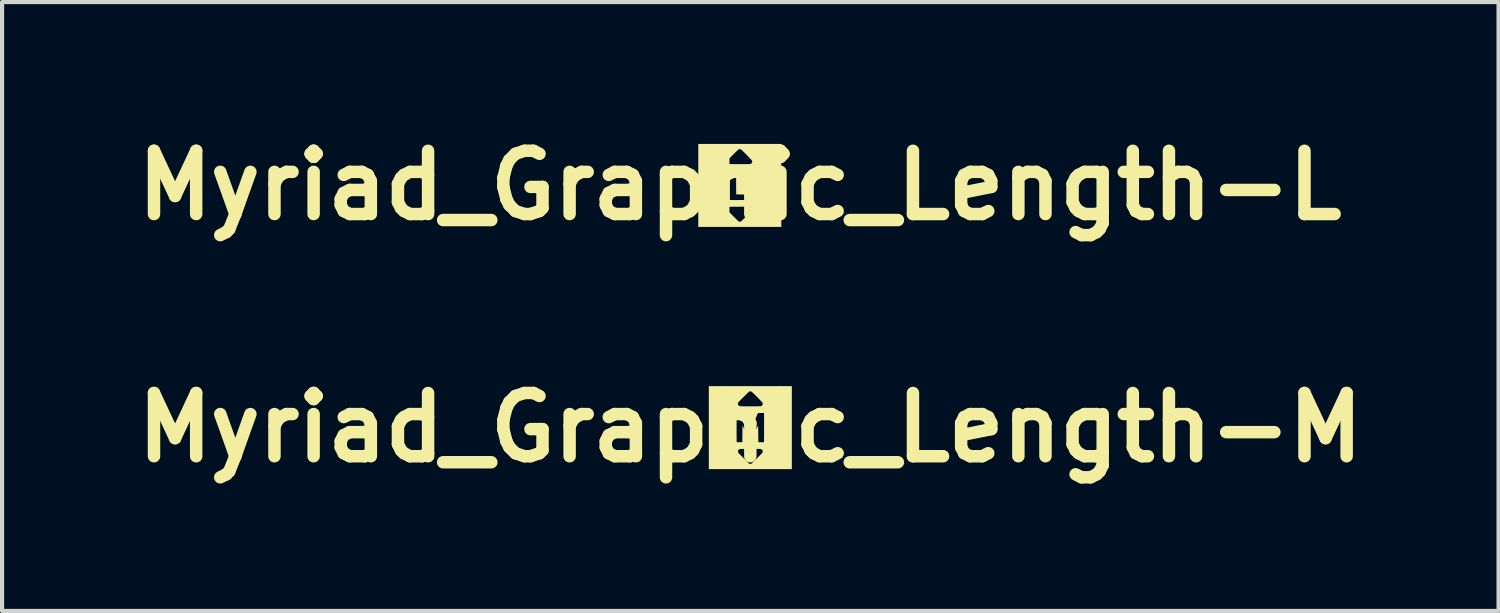
<source format=kicad_pcb>
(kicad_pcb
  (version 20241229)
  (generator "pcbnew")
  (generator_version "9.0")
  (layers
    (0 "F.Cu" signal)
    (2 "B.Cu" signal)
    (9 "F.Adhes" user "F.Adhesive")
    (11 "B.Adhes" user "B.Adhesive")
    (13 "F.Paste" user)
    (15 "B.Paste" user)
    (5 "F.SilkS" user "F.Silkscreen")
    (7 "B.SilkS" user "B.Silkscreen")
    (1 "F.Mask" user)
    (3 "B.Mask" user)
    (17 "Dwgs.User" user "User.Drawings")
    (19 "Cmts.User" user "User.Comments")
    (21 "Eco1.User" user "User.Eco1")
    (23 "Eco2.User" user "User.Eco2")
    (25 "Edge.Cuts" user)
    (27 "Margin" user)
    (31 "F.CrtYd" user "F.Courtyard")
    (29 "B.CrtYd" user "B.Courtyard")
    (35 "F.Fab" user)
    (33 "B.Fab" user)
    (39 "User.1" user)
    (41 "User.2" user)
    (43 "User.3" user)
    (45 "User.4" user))
  (footprint "Myriad_Graphic_Length-L"
    (layer "F.Cu")
    (at 14.776 1.418)
    (property "Reference" "Myriad_Graphic_Length-L" (at 0 0 0) (layer "F.SilkS") (effects (font (size 1.524 1.524) (thickness 0.3))))
    (attr exclude_from_pos_files exclude_from_bom)
    (fp_poly (pts (xy 1 1) (xy -1 1) (xy -1 0.583) (xy -0.296 0.583) (xy -0.292 0.599) (xy -0.289 0.604) (xy -0.281 0.613) (xy -0.271 0.625) (xy -0.257 0.64) (xy -0.241 0.657) (xy -0.222 0.676) (xy -0.202 0.696) (xy -0.181 0.717) (xy -0.16 0.739) (xy -0.138 0.761) (xy -0.117 0.782) (xy -0.097 0.801) (xy -0.078 0.82) (xy -0.061 0.836) (xy -0.047 0.849) (xy -0.035 0.86) (xy -0.027 0.866) (xy -0.023 0.869) (xy -0.005 0.874) (xy 0.013 0.873) (xy 0.027 0.869) (xy 0.032 0.865) (xy 0.041 0.858) (xy 0.053 0.846) (xy 0.069 0.831) (xy 0.089 0.812) (xy 0.113 0.788) (xy 0.141 0.76) (xy 0.164 0.737) (xy 0.192 0.708) (xy 0.216 0.684) (xy 0.237 0.663) (xy 0.253 0.646) (xy 0.267 0.631) (xy 0.278 0.619) (xy 0.286 0.609) (xy 0.292 0.601) (xy 0.296 0.594) (xy 0.298 0.588) (xy 0.299 0.582) (xy 0.3 0.576) (xy 0.299 0.571) (xy 0.299 0.568) (xy 0.294 0.549) (xy 0.284 0.534) (xy 0.269 0.523) (xy 0.251 0.516) (xy 0.24 0.514) (xy 0.233 0.514) (xy 0.222 0.514) (xy 0.204 0.513) (xy 0.183 0.513) (xy 0.157 0.513) (xy 0.127 0.513) (xy 0.095 0.513) (xy 0.06 0.513) (xy 0.023 0.513) (xy -0.016 0.513) (xy -0.017 0.513) (xy -0.062 0.513) (xy -0.1 0.513) (xy -0.134 0.514) (xy -0.162 0.514) (xy -0.186 0.514) (xy -0.206 0.514) (xy -0.221 0.515) (xy -0.234 0.515) (xy -0.244 0.516) (xy -0.251 0.516) (xy -0.257 0.517) (xy -0.26 0.518) (xy -0.263 0.519) (xy -0.264 0.519) (xy -0.279 0.531) (xy -0.29 0.546) (xy -0.296 0.564) (xy -0.296 0.583) (xy -1 0.583) (xy -1 0.17) (xy -0.24 0.17) (xy -0.24 0.207) (xy -0.24 0.24) (xy -0.24 0.27) (xy -0.24 0.296) (xy -0.24 0.317) (xy -0.24 0.333) (xy -0.239 0.344) (xy -0.239 0.349) (xy -0.239 0.349) (xy -0.238 0.35) (xy -0.234 0.351) (xy -0.227 0.351) (xy -0.217 0.352) (xy -0.203 0.352) (xy -0.186 0.352) (xy -0.164 0.352) (xy -0.137 0.353) (xy -0.106 0.353) (xy -0.069 0.353) (xy -0.026 0.352) (xy 0.001 0.352) (xy 0.239 0.352) (xy 0.239 0.22) (xy 0.077 0.219) (xy 0.045 0.218) (xy 0.016 0.218) (xy -0.011 0.218) (xy -0.034 0.217) (xy -0.054 0.217) (xy -0.07 0.217) (xy -0.081 0.217) (xy -0.086 0.216) (xy -0.087 0.216) (xy -0.087 0.213) (xy -0.087 0.204) (xy -0.087 0.19) (xy -0.087 0.171) (xy -0.087 0.147) (xy -0.088 0.119) (xy -0.088 0.088) (xy -0.088 0.053) (xy -0.088 0.016) (xy -0.088 -0.024) (xy -0.088 -0.065) (xy -0.088 -0.068) (xy -0.089 -0.352) (xy -0.239 -0.352) (xy -0.24 -0.003) (xy -0.24 0.043) (xy -0.24 0.088) (xy -0.24 0.13) (xy -0.24 0.17) (xy -1 0.17) (xy -1 -0.579) (xy -0.3 -0.579) (xy -0.3 -0.573) (xy -0.299 -0.568) (xy -0.294 -0.55) (xy -0.284 -0.535) (xy -0.27 -0.523) (xy -0.252 -0.516) (xy -0.251 -0.515) (xy -0.245 -0.515) (xy -0.234 -0.515) (xy -0.218 -0.514) (xy -0.198 -0.514) (xy -0.173 -0.514) (xy -0.146 -0.513) (xy -0.115 -0.513) (xy -0.083 -0.513) (xy -0.049 -0.513) (xy -0.015 -0.513) (xy 0.02 -0.513) (xy 0.054 -0.513) (xy 0.088 -0.513) (xy 0.12 -0.513) (xy 0.15 -0.513) (xy 0.177 -0.514) (xy 0.2 -0.514) (xy 0.22 -0.514) (xy 0.235 -0.515) (xy 0.245 -0.515) (xy 0.249 -0.515) (xy 0.267 -0.522) (xy 0.282 -0.532) (xy 0.292 -0.546) (xy 0.298 -0.562) (xy 0.299 -0.58) (xy 0.294 -0.598) (xy 0.291 -0.603) (xy 0.283 -0.612) (xy 0.272 -0.625) (xy 0.258 -0.64) (xy 0.241 -0.658) (xy 0.223 -0.678) (xy 0.203 -0.698) (xy 0.182 -0.72) (xy 0.16 -0.742) (xy 0.138 -0.764) (xy 0.117 -0.785) (xy 0.097 -0.804) (xy 0.079 -0.822) (xy 0.062 -0.838) (xy 0.048 -0.851) (xy 0.037 -0.861) (xy 0.029 -0.867) (xy 0.027 -0.869) (xy 0.009 -0.874) (xy -0.01 -0.874) (xy -0.027 -0.869) (xy -0.032 -0.865) (xy -0.042 -0.857) (xy -0.056 -0.844) (xy -0.074 -0.827) (xy -0.096 -0.805) (xy -0.123 -0.779) (xy -0.154 -0.748) (xy -0.166 -0.736) (xy -0.194 -0.707) (xy -0.218 -0.683) (xy -0.238 -0.663) (xy -0.254 -0.646) (xy -0.268 -0.632) (xy -0.278 -0.62) (xy -0.286 -0.61) (xy -0.292 -0.602) (xy -0.296 -0.595) (xy -0.299 -0.589) (xy -0.3 -0.584) (xy -0.3 -0.579) (xy -1 -0.579) (xy -1 -1) (xy 1 -1)) (stroke (width 0) (type solid)) (fill yes) (layer "F.SilkS")))
  (footprint "Myriad_Graphic_Length-M"
    (layer "F.Cu")
    (at 15.03 7.254)
    (property "Reference" "Myriad_Graphic_Length-M" (at 0 0 0) (layer "F.SilkS") (effects (font (size 1.524 1.524) (thickness 0.3))))
    (attr exclude_from_pos_files exclude_from_bom)
    (fp_poly (pts (xy 1 1) (xy -1 1) (xy -1 0.583) (xy -0.296 0.583) (xy -0.292 0.599) (xy -0.289 0.604) (xy -0.281 0.613) (xy -0.271 0.625) (xy -0.257 0.64) (xy -0.241 0.657) (xy -0.222 0.676) (xy -0.202 0.696) (xy -0.181 0.717) (xy -0.16 0.739) (xy -0.138 0.761) (xy -0.117 0.782) (xy -0.097 0.801) (xy -0.078 0.82) (xy -0.061 0.836) (xy -0.047 0.849) (xy -0.035 0.86) (xy -0.027 0.866) (xy -0.023 0.869) (xy -0.005 0.874) (xy 0.013 0.873) (xy 0.027 0.869) (xy 0.032 0.865) (xy 0.041 0.858) (xy 0.053 0.846) (xy 0.069 0.831) (xy 0.089 0.812) (xy 0.113 0.788) (xy 0.141 0.76) (xy 0.164 0.737) (xy 0.192 0.708) (xy 0.216 0.684) (xy 0.237 0.663) (xy 0.253 0.646) (xy 0.267 0.631) (xy 0.278 0.619) (xy 0.286 0.609) (xy 0.292 0.601) (xy 0.296 0.594) (xy 0.298 0.588) (xy 0.299 0.582) (xy 0.3 0.576) (xy 0.299 0.571) (xy 0.299 0.568) (xy 0.294 0.549) (xy 0.284 0.534) (xy 0.269 0.523) (xy 0.251 0.516) (xy 0.24 0.514) (xy 0.233 0.514) (xy 0.222 0.514) (xy 0.204 0.513) (xy 0.183 0.513) (xy 0.157 0.513) (xy 0.127 0.513) (xy 0.095 0.513) (xy 0.06 0.513) (xy 0.023 0.513) (xy -0.016 0.513) (xy -0.017 0.513) (xy -0.062 0.513) (xy -0.1 0.513) (xy -0.134 0.514) (xy -0.162 0.514) (xy -0.186 0.514) (xy -0.206 0.514) (xy -0.221 0.515) (xy -0.234 0.515) (xy -0.244 0.516) (xy -0.251 0.516) (xy -0.257 0.517) (xy -0.26 0.518) (xy -0.263 0.519) (xy -0.264 0.519) (xy -0.279 0.531) (xy -0.29 0.546) (xy -0.296 0.564) (xy -0.296 0.583) (xy -1 0.583) (xy -1 0.01) (xy -0.331 0.01) (xy -0.331 0.051) (xy -0.331 0.091) (xy -0.331 0.129) (xy -0.331 0.166) (xy -0.331 0.201) (xy -0.331 0.234) (xy -0.331 0.263) (xy -0.33 0.289) (xy -0.33 0.311) (xy -0.33 0.328) (xy -0.33 0.34) (xy -0.329 0.347) (xy -0.329 0.348) (xy -0.328 0.35) (xy -0.325 0.351) (xy -0.32 0.352) (xy -0.312 0.352) (xy -0.3 0.353) (xy -0.283 0.353) (xy -0.26 0.352) (xy -0.26 0.352) (xy -0.192 0.352) (xy -0.191 0.147) (xy -0.19 0.104) (xy -0.19 0.068) (xy -0.19 0.037) (xy -0.189 0.011) (xy -0.189 -0.01) (xy -0.188 -0.026) (xy -0.188 -0.038) (xy -0.187 -0.045) (xy -0.186 -0.05) (xy -0.186 -0.05) (xy -0.185 -0.05) (xy -0.184 -0.046) (xy -0.179 -0.036) (xy -0.173 -0.022) (xy -0.165 -0.004) (xy -0.156 0.017) (xy -0.145 0.042) (xy -0.133 0.068) (xy -0.121 0.096) (xy -0.119 0.102) (xy -0.106 0.13) (xy -0.094 0.157) (xy -0.083 0.181) (xy -0.074 0.203) (xy -0.065 0.221) (xy -0.058 0.236) (xy -0.054 0.246) (xy -0.051 0.25) (xy -0.051 0.251) (xy -0.048 0.253) (xy -0.044 0.254) (xy -0.037 0.255) (xy -0.027 0.256) (xy -0.012 0.256) (xy 0 0.256) (xy 0.018 0.256) (xy 0.031 0.256) (xy 0.04 0.255) (xy 0.046 0.254) (xy 0.049 0.252) (xy 0.051 0.251) (xy 0.053 0.247) (xy 0.057 0.238) (xy 0.064 0.224) (xy 0.072 0.207) (xy 0.081 0.186) (xy 0.092 0.162) (xy 0.104 0.135) (xy 0.116 0.107) (xy 0.119 0.102) (xy 0.131 0.073) (xy 0.143 0.046) (xy 0.154 0.022) (xy 0.164 -0.000378) (xy 0.172 -0.019) (xy 0.178 -0.034) (xy 0.183 -0.044) (xy 0.185 -0.05) (xy 0.185 -0.05) (xy 0.186 -0.05) (xy 0.187 -0.047) (xy 0.188 -0.041) (xy 0.188 -0.03) (xy 0.189 -0.016) (xy 0.189 0.003) (xy 0.189 0.027) (xy 0.19 0.056) (xy 0.19 0.09) (xy 0.19 0.131) (xy 0.191 0.147) (xy 0.192 0.352) (xy 0.259 0.352) (xy 0.283 0.353) (xy 0.3 0.353) (xy 0.313 0.352) (xy 0.322 0.351) (xy 0.327 0.35) (xy 0.329 0.349) (xy 0.329 0.346) (xy 0.329 0.336) (xy 0.33 0.322) (xy 0.33 0.302) (xy 0.33 0.279) (xy 0.33 0.251) (xy 0.33 0.22) (xy 0.331 0.187) (xy 0.331 0.151) (xy 0.331 0.113) (xy 0.331 0.074) (xy 0.331 0.033) (xy 0.331 -0.007) (xy 0.331 -0.048) (xy 0.331 -0.087) (xy 0.331 -0.126) (xy 0.331 -0.163) (xy 0.331 -0.199) (xy 0.331 -0.231) (xy 0.331 -0.261) (xy 0.331 -0.287) (xy 0.33 -0.309) (xy 0.33 -0.327) (xy 0.33 -0.339) (xy 0.33 -0.347) (xy 0.329 -0.348) (xy 0.328 -0.35) (xy 0.325 -0.351) (xy 0.32 -0.352) (xy 0.311 -0.353) (xy 0.298 -0.353) (xy 0.281 -0.353) (xy 0.258 -0.353) (xy 0.258 -0.353) (xy 0.235 -0.353) (xy 0.218 -0.353) (xy 0.205 -0.353) (xy 0.196 -0.352) (xy 0.19 -0.351) (xy 0.187 -0.35) (xy 0.184 -0.348) (xy 0.184 -0.348) (xy 0.182 -0.344) (xy 0.178 -0.335) (xy 0.171 -0.321) (xy 0.163 -0.303) (xy 0.153 -0.281) (xy 0.142 -0.256) (xy 0.13 -0.228) (xy 0.116 -0.197) (xy 0.102 -0.165) (xy 0.092 -0.141) (xy 0.077 -0.108) (xy 0.064 -0.076) (xy 0.051 -0.047) (xy 0.039 -0.02) (xy 0.028 0.003) (xy 0.019 0.024) (xy 0.012 0.04) (xy 0.007 0.051) (xy 0.004 0.058) (xy 0.003 0.059) (xy 0.001 0.057) (xy -0.003 0.049) (xy -0.009 0.036) (xy -0.017 0.018) (xy -0.026 -0.003) (xy -0.037 -0.027) (xy -0.05 -0.055) (xy -0.063 -0.085) (xy -0.078 -0.117) (xy -0.089 -0.143) (xy -0.104 -0.177) (xy -0.118 -0.208) (xy -0.132 -0.238) (xy -0.144 -0.266) (xy -0.155 -0.29) (xy -0.164 -0.311) (xy -0.172 -0.327) (xy -0.177 -0.34) (xy -0.181 -0.347) (xy -0.182 -0.349) (xy -0.185 -0.351) (xy -0.191 -0.352) (xy -0.202 -0.352) (xy -0.217 -0.353) (xy -0.237 -0.353) (xy -0.256 -0.353) (xy -0.279 -0.353) (xy -0.297 -0.353) (xy -0.31 -0.353) (xy -0.319 -0.352) (xy -0.325 -0.351) (xy -0.328 -0.35) (xy -0.329 -0.348) (xy -0.329 -0.348) (xy -0.33 -0.344) (xy -0.33 -0.335) (xy -0.33 -0.32) (xy -0.33 -0.3) (xy -0.331 -0.276) (xy -0.331 -0.249) (xy -0.331 -0.218) (xy -0.331 -0.184) (xy -0.331 -0.148) (xy -0.331 -0.11) (xy -0.331 -0.07) (xy -0.331 -0.03) (xy -0.331 0.01) (xy -1 0.01) (xy -1 -0.579) (xy -0.3 -0.579) (xy -0.3 -0.573) (xy -0.299 -0.568) (xy -0.294 -0.55) (xy -0.284 -0.535) (xy -0.27 -0.523) (xy -0.252 -0.516) (xy -0.251 -0.515) (xy -0.245 -0.515) (xy -0.234 -0.515) (xy -0.218 -0.514) (xy -0.198 -0.514) (xy -0.173 -0.514) (xy -0.146 -0.513) (xy -0.115 -0.513) (xy -0.083 -0.513) (xy -0.049 -0.513) (xy -0.015 -0.513) (xy 0.02 -0.513) (xy 0.054 -0.513) (xy 0.088 -0.513) (xy 0.12 -0.513) (xy 0.15 -0.513) (xy 0.177 -0.514) (xy 0.2 -0.514) (xy 0.22 -0.514) (xy 0.235 -0.515) (xy 0.245 -0.515) (xy 0.249 -0.515) (xy 0.267 -0.522) (xy 0.282 -0.532) (xy 0.292 -0.546) (xy 0.298 -0.562) (xy 0.299 -0.58) (xy 0.294 -0.598) (xy 0.291 -0.603) (xy 0.283 -0.612) (xy 0.272 -0.625) (xy 0.258 -0.64) (xy 0.241 -0.658) (xy 0.223 -0.678) (xy 0.203 -0.698) (xy 0.182 -0.72) (xy 0.16 -0.742) (xy 0.138 -0.764) (xy 0.117 -0.785) (xy 0.097 -0.804) (xy 0.079 -0.822) (xy 0.062 -0.838) (xy 0.048 -0.851) (xy 0.037 -0.861) (xy 0.029 -0.867) (xy 0.027 -0.869) (xy 0.009 -0.874) (xy -0.01 -0.874) (xy -0.027 -0.869) (xy -0.032 -0.865) (xy -0.042 -0.857) (xy -0.056 -0.844) (xy -0.074 -0.827) (xy -0.096 -0.805) (xy -0.123 -0.779) (xy -0.154 -0.748) (xy -0.166 -0.736) (xy -0.194 -0.707) (xy -0.218 -0.683) (xy -0.238 -0.663) (xy -0.254 -0.646) (xy -0.268 -0.632) (xy -0.278 -0.62) (xy -0.286 -0.61) (xy -0.292 -0.602) (xy -0.296 -0.595) (xy -0.299 -0.589) (xy -0.3 -0.584) (xy -0.3 -0.579) (xy -1 -0.579) (xy -1 -1) (xy 1 -1)) (stroke (width 0) (type solid)) (fill yes) (layer "F.SilkS")))
  (gr_rect
    (start -3 -3)
    (end 33.059 11.672)
    (stroke (width 0.1) (type default))
    (fill no)
    (layer "Edge.Cuts")))
</source>
